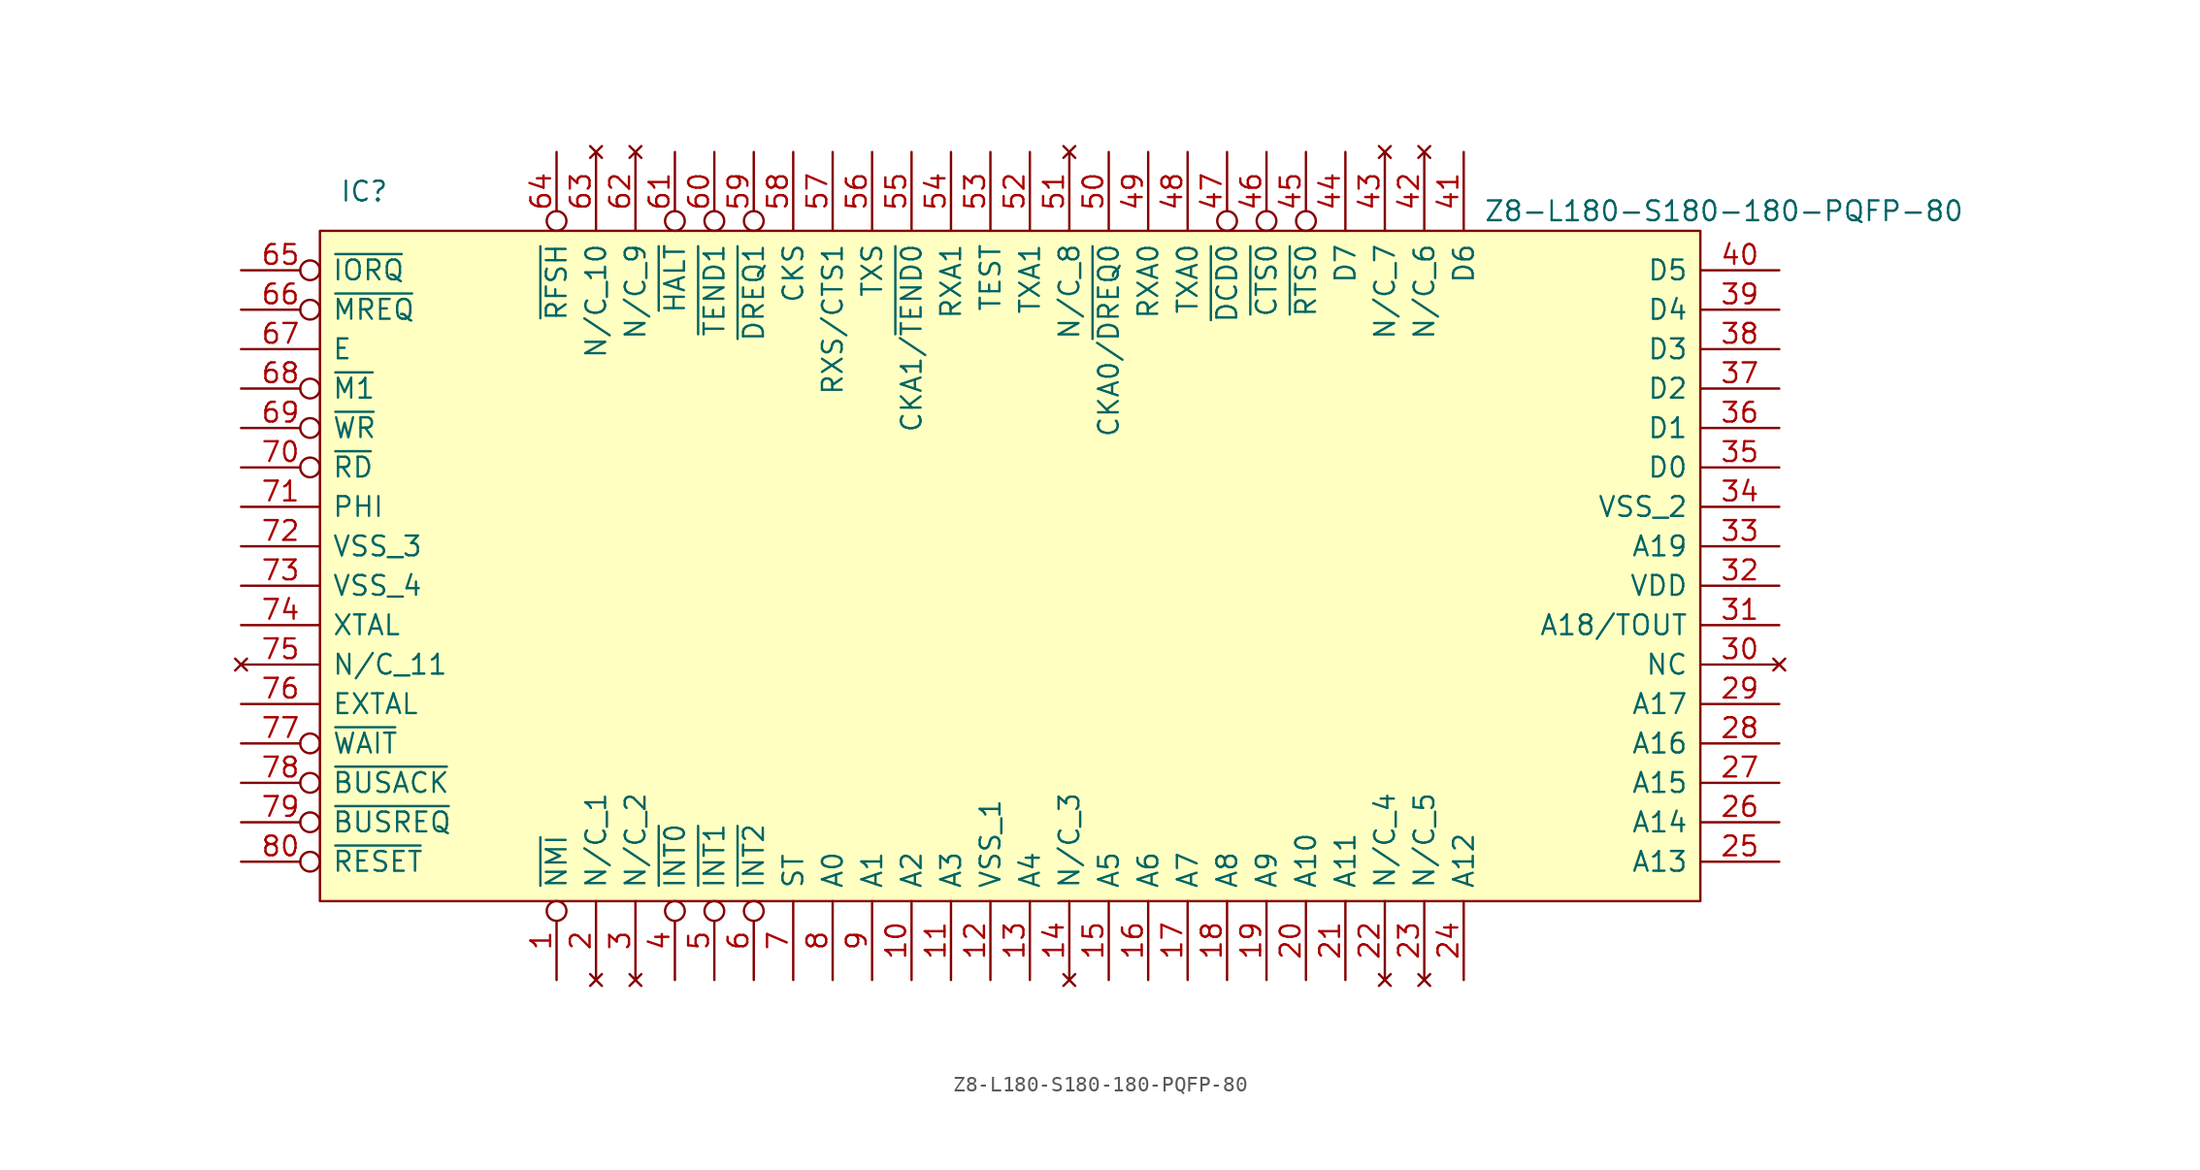
<source format=kicad_sym>
(kicad_symbol_lib
  (version 20231120)
  (generator "kicad_symbol_editor")
  (generator_version "8.0")
  (symbol "Z8-L180-S180-180-PQFP-80"
    (pin_names
      (offset 0.762))
    (property "Reference" "IC"
      (at 1.27 2.54 0)
      (effects (font (size 1.27 1.27)) (justify left)))
    (property "Value" "Z8-L180-S180-180-PQFP-80"
      (at 74.93 1.27 0)
      (effects (font (size 1.27 1.27)) (justify left)))
    (symbol "Z8-L180-S180-180-PQFP-80_0_0"
      (pin input inverted (at 15.24 -48.26 90) (length 5.08) (name "~{NMI}" (effects (font (size 1.27 1.27)))) (number "1" (effects (font (size 1.27 1.27)))))
      (pin output line (at 38.1 -48.26 90) (length 5.08) (name "A2" (effects (font (size 1.27 1.27)))) (number "10" (effects (font (size 1.27 1.27)))))
      (pin output line (at 40.64 -48.26 90) (length 5.08) (name "A3" (effects (font (size 1.27 1.27)))) (number "11" (effects (font (size 1.27 1.27)))))
      (pin power_in line (at 43.18 -48.26 90) (length 5.08) (name "VSS_1" (effects (font (size 1.27 1.27)))) (number "12" (effects (font (size 1.27 1.27)))))
      (pin output line (at 45.72 -48.26 90) (length 5.08) (name "A4" (effects (font (size 1.27 1.27)))) (number "13" (effects (font (size 1.27 1.27)))))
      (pin no_connect line (at 48.26 -48.26 90) (length 5.08) (name "N/C_3" (effects (font (size 1.27 1.27)))) (number "14" (effects (font (size 1.27 1.27)))))
      (pin output line (at 50.8 -48.26 90) (length 5.08) (name "A5" (effects (font (size 1.27 1.27)))) (number "15" (effects (font (size 1.27 1.27)))))
      (pin output line (at 53.34 -48.26 90) (length 5.08) (name "A6" (effects (font (size 1.27 1.27)))) (number "16" (effects (font (size 1.27 1.27)))))
      (pin output line (at 55.88 -48.26 90) (length 5.08) (name "A7" (effects (font (size 1.27 1.27)))) (number "17" (effects (font (size 1.27 1.27)))))
      (pin output line (at 58.42 -48.26 90) (length 5.08) (name "A8" (effects (font (size 1.27 1.27)))) (number "18" (effects (font (size 1.27 1.27)))))
      (pin output line (at 60.96 -48.26 90) (length 5.08) (name "A9" (effects (font (size 1.27 1.27)))) (number "19" (effects (font (size 1.27 1.27)))))
      (pin no_connect line (at 17.78 -48.26 90) (length 5.08) (name "N/C_1" (effects (font (size 1.27 1.27)))) (number "2" (effects (font (size 1.27 1.27)))))
      (pin output line (at 63.5 -48.26 90) (length 5.08) (name "A10" (effects (font (size 1.27 1.27)))) (number "20" (effects (font (size 1.27 1.27)))))
      (pin output line (at 66.04 -48.26 90) (length 5.08) (name "A11" (effects (font (size 1.27 1.27)))) (number "21" (effects (font (size 1.27 1.27)))))
      (pin no_connect line (at 68.58 -48.26 90) (length 5.08) (name "N/C_4" (effects (font (size 1.27 1.27)))) (number "22" (effects (font (size 1.27 1.27)))))
      (pin no_connect line (at 71.12 -48.26 90) (length 5.08) (name "N/C_5" (effects (font (size 1.27 1.27)))) (number "23" (effects (font (size 1.27 1.27)))))
      (pin output line (at 73.66 -48.26 90) (length 5.08) (name "A12" (effects (font (size 1.27 1.27)))) (number "24" (effects (font (size 1.27 1.27)))))
      (pin output line (at 93.98 -40.64 180) (length 5.08) (name "A13" (effects (font (size 1.27 1.27)))) (number "25" (effects (font (size 1.27 1.27)))))
      (pin output line (at 93.98 -38.1 180) (length 5.08) (name "A14" (effects (font (size 1.27 1.27)))) (number "26" (effects (font (size 1.27 1.27)))))
      (pin output line (at 93.98 -35.56 180) (length 5.08) (name "A15" (effects (font (size 1.27 1.27)))) (number "27" (effects (font (size 1.27 1.27)))))
      (pin output line (at 93.98 -33.02 180) (length 5.08) (name "A16" (effects (font (size 1.27 1.27)))) (number "28" (effects (font (size 1.27 1.27)))))
      (pin output line (at 93.98 -30.48 180) (length 5.08) (name "A17" (effects (font (size 1.27 1.27)))) (number "29" (effects (font (size 1.27 1.27)))))
      (pin no_connect line (at 20.32 -48.26 90) (length 5.08) (name "N/C_2" (effects (font (size 1.27 1.27)))) (number "3" (effects (font (size 1.27 1.27)))))
      (pin no_connect line (at 93.98 -27.94 180) (length 5.08) (name "NC" (effects (font (size 1.27 1.27)))) (number "30" (effects (font (size 1.27 1.27)))))
      (pin output line (at 93.98 -25.4 180) (length 5.08) (name "A18/TOUT" (effects (font (size 1.27 1.27)))) (number "31" (effects (font (size 1.27 1.27)))))
      (pin power_in line (at 93.98 -22.86 180) (length 5.08) (name "VDD" (effects (font (size 1.27 1.27)))) (number "32" (effects (font (size 1.27 1.27)))))
      (pin output line (at 93.98 -20.32 180) (length 5.08) (name "A19" (effects (font (size 1.27 1.27)))) (number "33" (effects (font (size 1.27 1.27)))))
      (pin power_in line (at 93.98 -17.78 180) (length 5.08) (name "VSS_2" (effects (font (size 1.27 1.27)))) (number "34" (effects (font (size 1.27 1.27)))))
      (pin tri_state line (at 93.98 -15.24 180) (length 5.08) (name "D0" (effects (font (size 1.27 1.27)))) (number "35" (effects (font (size 1.27 1.27)))))
      (pin tri_state line (at 93.98 -12.7 180) (length 5.08) (name "D1" (effects (font (size 1.27 1.27)))) (number "36" (effects (font (size 1.27 1.27)))))
      (pin tri_state line (at 93.98 -10.16 180) (length 5.08) (name "D2" (effects (font (size 1.27 1.27)))) (number "37" (effects (font (size 1.27 1.27)))))
      (pin tri_state line (at 93.98 -7.62 180) (length 5.08) (name "D3" (effects (font (size 1.27 1.27)))) (number "38" (effects (font (size 1.27 1.27)))))
      (pin tri_state line (at 93.98 -5.08 180) (length 5.08) (name "D4" (effects (font (size 1.27 1.27)))) (number "39" (effects (font (size 1.27 1.27)))))
      (pin input inverted (at 22.86 -48.26 90) (length 5.08) (name "~{INT0}" (effects (font (size 1.27 1.27)))) (number "4" (effects (font (size 1.27 1.27)))))
      (pin tri_state line (at 93.98 -2.54 180) (length 5.08) (name "D5" (effects (font (size 1.27 1.27)))) (number "40" (effects (font (size 1.27 1.27)))))
      (pin tri_state line (at 73.66 5.08 270) (length 5.08) (name "D6" (effects (font (size 1.27 1.27)))) (number "41" (effects (font (size 1.27 1.27)))))
      (pin no_connect line (at 71.12 5.08 270) (length 5.08) (name "N/C_6" (effects (font (size 1.27 1.27)))) (number "42" (effects (font (size 1.27 1.27)))))
      (pin no_connect line (at 68.58 5.08 270) (length 5.08) (name "N/C_7" (effects (font (size 1.27 1.27)))) (number "43" (effects (font (size 1.27 1.27)))))
      (pin tri_state line (at 66.04 5.08 270) (length 5.08) (name "D7" (effects (font (size 1.27 1.27)))) (number "44" (effects (font (size 1.27 1.27)))))
      (pin output inverted (at 63.5 5.08 270) (length 5.08) (name "~{RTS0}" (effects (font (size 1.27 1.27)))) (number "45" (effects (font (size 1.27 1.27)))))
      (pin input inverted (at 60.96 5.08 270) (length 5.08) (name "~{CTS0}" (effects (font (size 1.27 1.27)))) (number "46" (effects (font (size 1.27 1.27)))))
      (pin bidirectional inverted (at 58.42 5.08 270) (length 5.08) (name "~{DCD0}" (effects (font (size 1.27 1.27)))) (number "47" (effects (font (size 1.27 1.27)))))
      (pin output line (at 55.88 5.08 270) (length 5.08) (name "TXA0" (effects (font (size 1.27 1.27)))) (number "48" (effects (font (size 1.27 1.27)))))
      (pin input line (at 53.34 5.08 270) (length 5.08) (name "RXA0" (effects (font (size 1.27 1.27)))) (number "49" (effects (font (size 1.27 1.27)))))
      (pin input inverted (at 25.4 -48.26 90) (length 5.08) (name "~{INT1}" (effects (font (size 1.27 1.27)))) (number "5" (effects (font (size 1.27 1.27)))))
      (pin bidirectional line (at 50.8 5.08 270) (length 5.08) (name "CKA0/~{DREQ0}" (effects (font (size 1.27 1.27)))) (number "50" (effects (font (size 1.27 1.27)))))
      (pin no_connect line (at 48.26 5.08 270) (length 5.08) (name "N/C_8" (effects (font (size 1.27 1.27)))) (number "51" (effects (font (size 1.27 1.27)))))
      (pin output line (at 45.72 5.08 270) (length 5.08) (name "TXA1" (effects (font (size 1.27 1.27)))) (number "52" (effects (font (size 1.27 1.27)))))
      (pin output line (at 43.18 5.08 270) (length 5.08) (name "TEST" (effects (font (size 1.27 1.27)))) (number "53" (effects (font (size 1.27 1.27)))))
      (pin input line (at 40.64 5.08 270) (length 5.08) (name "RXA1" (effects (font (size 1.27 1.27)))) (number "54" (effects (font (size 1.27 1.27)))))
      (pin bidirectional line (at 38.1 5.08 270) (length 5.08) (name "CKA1/~{TEND0}" (effects (font (size 1.27 1.27)))) (number "55" (effects (font (size 1.27 1.27)))))
      (pin output line (at 35.56 5.08 270) (length 5.08) (name "TXS" (effects (font (size 1.27 1.27)))) (number "56" (effects (font (size 1.27 1.27)))))
      (pin input line (at 33.02 5.08 270) (length 5.08) (name "RXS/CTS1" (effects (font (size 1.27 1.27)))) (number "57" (effects (font (size 1.27 1.27)))))
      (pin bidirectional line (at 30.48 5.08 270) (length 5.08) (name "CKS" (effects (font (size 1.27 1.27)))) (number "58" (effects (font (size 1.27 1.27)))))
      (pin input inverted (at 27.94 5.08 270) (length 5.08) (name "~{DREQ1}" (effects (font (size 1.27 1.27)))) (number "59" (effects (font (size 1.27 1.27)))))
      (pin input inverted (at 27.94 -48.26 90) (length 5.08) (name "~{INT2}" (effects (font (size 1.27 1.27)))) (number "6" (effects (font (size 1.27 1.27)))))
      (pin output inverted (at 25.4 5.08 270) (length 5.08) (name "~{TEND1}" (effects (font (size 1.27 1.27)))) (number "60" (effects (font (size 1.27 1.27)))))
      (pin output inverted (at 22.86 5.08 270) (length 5.08) (name "~{HALT}" (effects (font (size 1.27 1.27)))) (number "61" (effects (font (size 1.27 1.27)))))
      (pin no_connect line (at 20.32 5.08 270) (length 5.08) (name "N/C_9" (effects (font (size 1.27 1.27)))) (number "62" (effects (font (size 1.27 1.27)))))
      (pin no_connect line (at 17.78 5.08 270) (length 5.08) (name "N/C_10" (effects (font (size 1.27 1.27)))) (number "63" (effects (font (size 1.27 1.27)))))
      (pin output inverted (at 15.24 5.08 270) (length 5.08) (name "~{RFSH}" (effects (font (size 1.27 1.27)))) (number "64" (effects (font (size 1.27 1.27)))))
      (pin output inverted (at -5.08 -2.54 0) (length 5.08) (name "~{IORQ}" (effects (font (size 1.27 1.27)))) (number "65" (effects (font (size 1.27 1.27)))))
      (pin output inverted (at -5.08 -5.08 0) (length 5.08) (name "~{MREQ}" (effects (font (size 1.27 1.27)))) (number "66" (effects (font (size 1.27 1.27)))))
      (pin output line (at -5.08 -7.62 0) (length 5.08) (name "E" (effects (font (size 1.27 1.27)))) (number "67" (effects (font (size 1.27 1.27)))))
      (pin output inverted (at -5.08 -10.16 0) (length 5.08) (name "~{M1}" (effects (font (size 1.27 1.27)))) (number "68" (effects (font (size 1.27 1.27)))))
      (pin output inverted (at -5.08 -12.7 0) (length 5.08) (name "~{WR}" (effects (font (size 1.27 1.27)))) (number "69" (effects (font (size 1.27 1.27)))))
      (pin output line (at 30.48 -48.26 90) (length 5.08) (name "ST" (effects (font (size 1.27 1.27)))) (number "7" (effects (font (size 1.27 1.27)))))
      (pin output inverted (at -5.08 -15.24 0) (length 5.08) (name "~{RD}" (effects (font (size 1.27 1.27)))) (number "70" (effects (font (size 1.27 1.27)))))
      (pin output line (at -5.08 -17.78 0) (length 5.08) (name "PHI" (effects (font (size 1.27 1.27)))) (number "71" (effects (font (size 1.27 1.27)))))
      (pin power_in line (at -5.08 -20.32 0) (length 5.08) (name "VSS_3" (effects (font (size 1.27 1.27)))) (number "72" (effects (font (size 1.27 1.27)))))
      (pin power_in line (at -5.08 -22.86 0) (length 5.08) (name "VSS_4" (effects (font (size 1.27 1.27)))) (number "73" (effects (font (size 1.27 1.27)))))
      (pin input line (at -5.08 -25.4 0) (length 5.08) (name "XTAL" (effects (font (size 1.27 1.27)))) (number "74" (effects (font (size 1.27 1.27)))))
      (pin no_connect line (at -5.08 -27.94 0) (length 5.08) (name "N/C_11" (effects (font (size 1.27 1.27)))) (number "75" (effects (font (size 1.27 1.27)))))
      (pin input line (at -5.08 -30.48 0) (length 5.08) (name "EXTAL" (effects (font (size 1.27 1.27)))) (number "76" (effects (font (size 1.27 1.27)))))
      (pin output inverted (at -5.08 -33.02 0) (length 5.08) (name "~{WAIT}" (effects (font (size 1.27 1.27)))) (number "77" (effects (font (size 1.27 1.27)))))
      (pin output inverted (at -5.08 -35.56 0) (length 5.08) (name "~{BUSACK}" (effects (font (size 1.27 1.27)))) (number "78" (effects (font (size 1.27 1.27)))))
      (pin input inverted (at -5.08 -38.1 0) (length 5.08) (name "~{BUSREQ}" (effects (font (size 1.27 1.27)))) (number "79" (effects (font (size 1.27 1.27)))))
      (pin output line (at 33.02 -48.26 90) (length 5.08) (name "A0" (effects (font (size 1.27 1.27)))) (number "8" (effects (font (size 1.27 1.27)))))
      (pin input inverted (at -5.08 -40.64 0) (length 5.08) (name "~{RESET}" (effects (font (size 1.27 1.27)))) (number "80" (effects (font (size 1.27 1.27)))))
      (pin output line (at 35.56 -48.26 90) (length 5.08) (name "A1" (effects (font (size 1.27 1.27)))) (number "9" (effects (font (size 1.27 1.27))))))
    (symbol "Z8-L180-S180-180-PQFP-80_0_1"
      (polyline (pts (xy 0 -43.18) (xy 0 0) (xy 88.9 0) (xy 88.9 -43.18) (xy 0 -43.18)) (stroke (width 0.152) (type solid)) (fill (type background))))))
</source>
